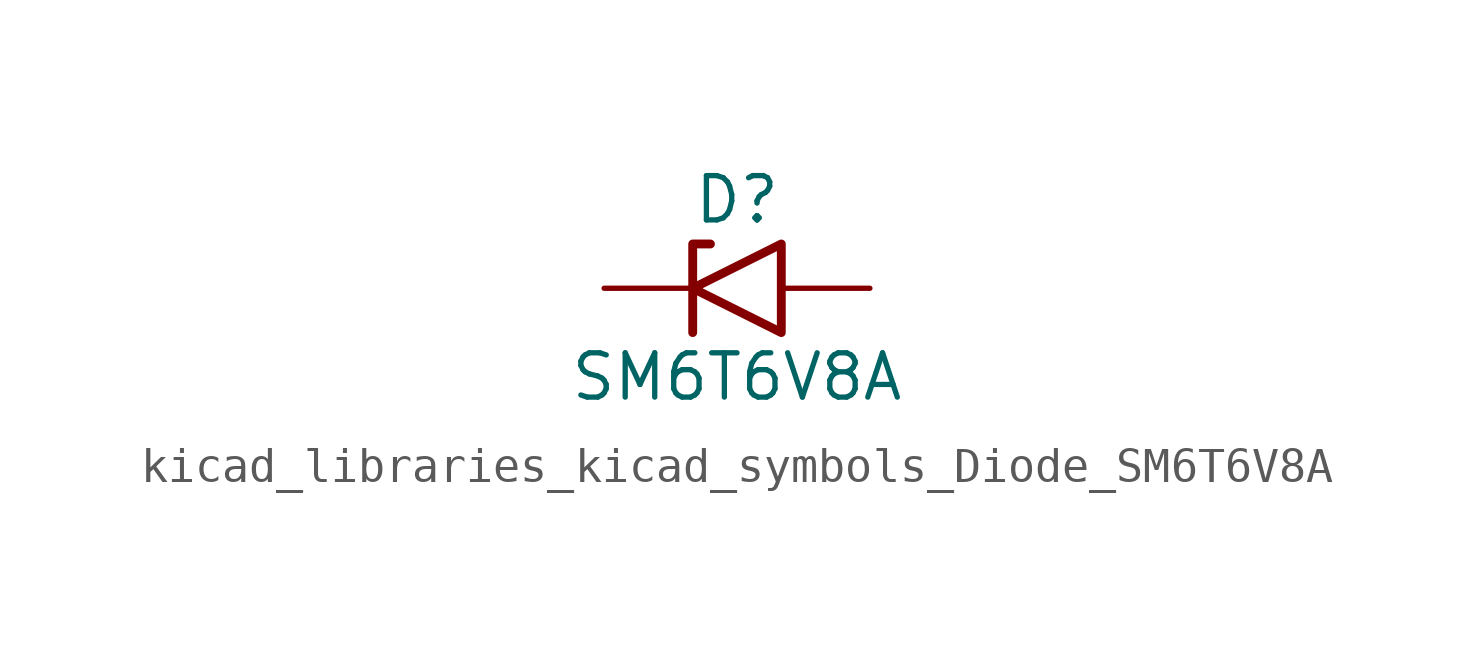
<source format=kicad_sym>
(kicad_symbol_lib
  (version 20220914)
  (generator kicad_symbol_editor)
  (symbol "kicad_libraries_kicad_symbols_Diode_SM6T6V8A"
    (pin_numbers hide)
    (pin_names
      (offset 1.016) hide)
    (property "Reference" "D"
      (at 0 2.54 0)
      (effects (font (size 1.27 1.27))))
    (property "Value" "SM6T6V8A"
      (at 0 -2.54 0)
      (effects (font (size 1.27 1.27))))
    (symbol "kicad_libraries_kicad_symbols_Diode_SM6T6V8A_0_1"
      (polyline (pts (xy -0.762 1.27) (xy -1.27 1.27) (xy -1.27 -1.27)) (stroke (width 0.254) (type default)) (fill (type none)))
      (polyline (pts (xy 1.27 1.27) (xy 1.27 -1.27) (xy -1.27 0) (xy 1.27 1.27)) (stroke (width 0.254) (type default)) (fill (type none))))
    (symbol "kicad_libraries_kicad_symbols_Diode_SM6T6V8A_1_1"
      (pin passive line (at -3.81 0 0) (length 2.54) (name "A1" (effects (font (size 1.27 1.27)))) (number "1" (effects (font (size 1.27 1.27)))))
      (pin passive line (at 3.81 0 180) (length 2.54) (name "A2" (effects (font (size 1.27 1.27)))) (number "2" (effects (font (size 1.27 1.27))))))))
</source>
